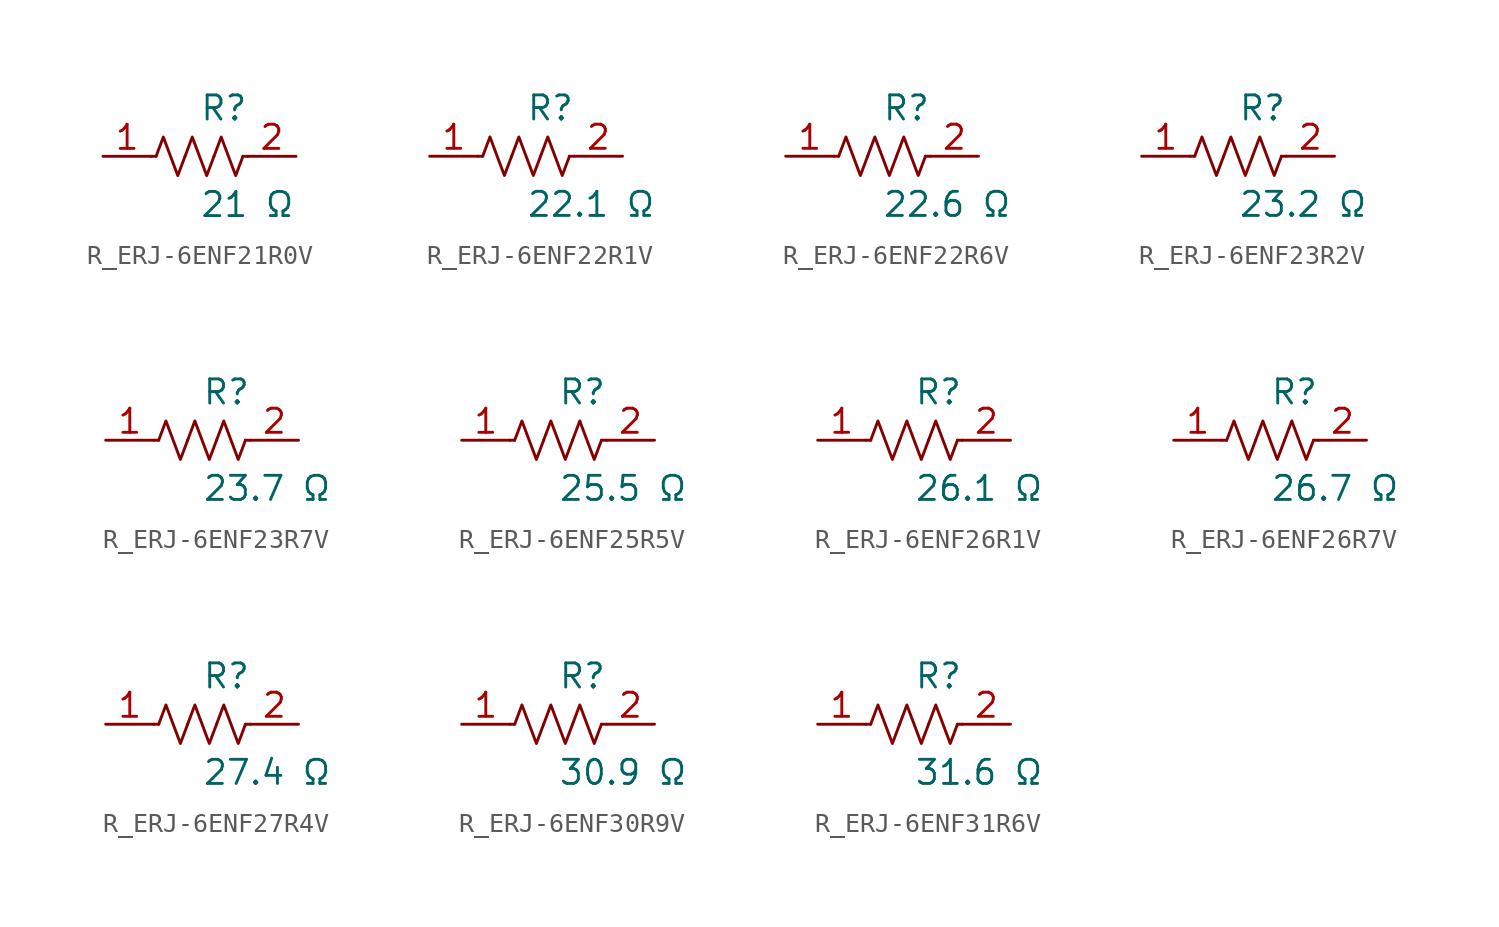
<source format=kicad_sym>
(kicad_symbol_lib
  (version 20231120)
  (generator kicad_symbol_editor)
  (generator_version 8.0)
  (symbol "R_ERJ-6ENF21R0V"
    (pin_names
      (offset 0.254))
    (property "Reference" "R"
      (at 0.0 2.54 0)
      (effects (font (size 1.27 1.27)) (justify left)))
    (property "Value" "21 Ω"
      (at 0.0 -2.54 0)
      (effects (font (size 1.27 1.27)) (justify left)))
    (symbol "R_ERJ-6ENF21R0V_0_1"
      (polyline (pts (xy 2.286 0) (xy 2.54 0)) (stroke (width 0) (type default)) (fill (type none)))
      (polyline (pts (xy -2.286 0) (xy -2.54 0)) (stroke (width 0) (type default)) (fill (type none)))
      (polyline (pts (xy 0.762 0) (xy 1.143 1.016) (xy 1.524 0) (xy 1.905 -1.016) (xy 2.286 0)) (stroke (width 0) (type default)) (fill (type none)))
      (polyline (pts (xy -0.762 0) (xy -0.381 1.016) (xy 0 0) (xy 0.381 -1.016) (xy 0.762 0)) (stroke (width 0) (type default)) (fill (type none)))
      (polyline (pts (xy -2.286 0) (xy -1.905 1.016) (xy -1.524 0) (xy -1.143 -1.016) (xy -0.762 0)) (stroke (width 0) (type default)) (fill (type none))))
    (pin unspecified line
      (at -5.08 0 0)
      (length 2.54)
      (name "" (effects (font (size 1.27 1.27))))
      (number "1" (effects (font (size 1.27 1.27)))))
    (pin unspecified line
      (at 5.08 0 180)
      (length 2.54)
      (name "" (effects (font (size 1.27 1.27))))
      (number "2" (effects (font (size 1.27 1.27))))))
  (symbol "R_ERJ-6ENF22R1V"
    (pin_names
      (offset 0.254))
    (property "Reference" "R"
      (at 0.0 2.54 0)
      (effects (font (size 1.27 1.27)) (justify left)))
    (property "Value" "22.1 Ω"
      (at 0.0 -2.54 0)
      (effects (font (size 1.27 1.27)) (justify left)))
    (symbol "R_ERJ-6ENF22R1V_0_1"
      (polyline (pts (xy 2.286 0) (xy 2.54 0)) (stroke (width 0) (type default)) (fill (type none)))
      (polyline (pts (xy -2.286 0) (xy -2.54 0)) (stroke (width 0) (type default)) (fill (type none)))
      (polyline (pts (xy 0.762 0) (xy 1.143 1.016) (xy 1.524 0) (xy 1.905 -1.016) (xy 2.286 0)) (stroke (width 0) (type default)) (fill (type none)))
      (polyline (pts (xy -0.762 0) (xy -0.381 1.016) (xy 0 0) (xy 0.381 -1.016) (xy 0.762 0)) (stroke (width 0) (type default)) (fill (type none)))
      (polyline (pts (xy -2.286 0) (xy -1.905 1.016) (xy -1.524 0) (xy -1.143 -1.016) (xy -0.762 0)) (stroke (width 0) (type default)) (fill (type none))))
    (pin unspecified line
      (at -5.08 0 0)
      (length 2.54)
      (name "" (effects (font (size 1.27 1.27))))
      (number "1" (effects (font (size 1.27 1.27)))))
    (pin unspecified line
      (at 5.08 0 180)
      (length 2.54)
      (name "" (effects (font (size 1.27 1.27))))
      (number "2" (effects (font (size 1.27 1.27))))))
  (symbol "R_ERJ-6ENF22R6V"
    (pin_names
      (offset 0.254))
    (property "Reference" "R"
      (at 0.0 2.54 0)
      (effects (font (size 1.27 1.27)) (justify left)))
    (property "Value" "22.6 Ω"
      (at 0.0 -2.54 0)
      (effects (font (size 1.27 1.27)) (justify left)))
    (symbol "R_ERJ-6ENF22R6V_0_1"
      (polyline (pts (xy 2.286 0) (xy 2.54 0)) (stroke (width 0) (type default)) (fill (type none)))
      (polyline (pts (xy -2.286 0) (xy -2.54 0)) (stroke (width 0) (type default)) (fill (type none)))
      (polyline (pts (xy 0.762 0) (xy 1.143 1.016) (xy 1.524 0) (xy 1.905 -1.016) (xy 2.286 0)) (stroke (width 0) (type default)) (fill (type none)))
      (polyline (pts (xy -0.762 0) (xy -0.381 1.016) (xy 0 0) (xy 0.381 -1.016) (xy 0.762 0)) (stroke (width 0) (type default)) (fill (type none)))
      (polyline (pts (xy -2.286 0) (xy -1.905 1.016) (xy -1.524 0) (xy -1.143 -1.016) (xy -0.762 0)) (stroke (width 0) (type default)) (fill (type none))))
    (pin unspecified line
      (at -5.08 0 0)
      (length 2.54)
      (name "" (effects (font (size 1.27 1.27))))
      (number "1" (effects (font (size 1.27 1.27)))))
    (pin unspecified line
      (at 5.08 0 180)
      (length 2.54)
      (name "" (effects (font (size 1.27 1.27))))
      (number "2" (effects (font (size 1.27 1.27))))))
  (symbol "R_ERJ-6ENF23R2V"
    (pin_names
      (offset 0.254))
    (property "Reference" "R"
      (at 0.0 2.54 0)
      (effects (font (size 1.27 1.27)) (justify left)))
    (property "Value" "23.2 Ω"
      (at 0.0 -2.54 0)
      (effects (font (size 1.27 1.27)) (justify left)))
    (symbol "R_ERJ-6ENF23R2V_0_1"
      (polyline (pts (xy 2.286 0) (xy 2.54 0)) (stroke (width 0) (type default)) (fill (type none)))
      (polyline (pts (xy -2.286 0) (xy -2.54 0)) (stroke (width 0) (type default)) (fill (type none)))
      (polyline (pts (xy 0.762 0) (xy 1.143 1.016) (xy 1.524 0) (xy 1.905 -1.016) (xy 2.286 0)) (stroke (width 0) (type default)) (fill (type none)))
      (polyline (pts (xy -0.762 0) (xy -0.381 1.016) (xy 0 0) (xy 0.381 -1.016) (xy 0.762 0)) (stroke (width 0) (type default)) (fill (type none)))
      (polyline (pts (xy -2.286 0) (xy -1.905 1.016) (xy -1.524 0) (xy -1.143 -1.016) (xy -0.762 0)) (stroke (width 0) (type default)) (fill (type none))))
    (pin unspecified line
      (at -5.08 0 0)
      (length 2.54)
      (name "" (effects (font (size 1.27 1.27))))
      (number "1" (effects (font (size 1.27 1.27)))))
    (pin unspecified line
      (at 5.08 0 180)
      (length 2.54)
      (name "" (effects (font (size 1.27 1.27))))
      (number "2" (effects (font (size 1.27 1.27))))))
  (symbol "R_ERJ-6ENF23R7V"
    (pin_names
      (offset 0.254))
    (property "Reference" "R"
      (at 0.0 2.54 0)
      (effects (font (size 1.27 1.27)) (justify left)))
    (property "Value" "23.7 Ω"
      (at 0.0 -2.54 0)
      (effects (font (size 1.27 1.27)) (justify left)))
    (symbol "R_ERJ-6ENF23R7V_0_1"
      (polyline (pts (xy 2.286 0) (xy 2.54 0)) (stroke (width 0) (type default)) (fill (type none)))
      (polyline (pts (xy -2.286 0) (xy -2.54 0)) (stroke (width 0) (type default)) (fill (type none)))
      (polyline (pts (xy 0.762 0) (xy 1.143 1.016) (xy 1.524 0) (xy 1.905 -1.016) (xy 2.286 0)) (stroke (width 0) (type default)) (fill (type none)))
      (polyline (pts (xy -0.762 0) (xy -0.381 1.016) (xy 0 0) (xy 0.381 -1.016) (xy 0.762 0)) (stroke (width 0) (type default)) (fill (type none)))
      (polyline (pts (xy -2.286 0) (xy -1.905 1.016) (xy -1.524 0) (xy -1.143 -1.016) (xy -0.762 0)) (stroke (width 0) (type default)) (fill (type none))))
    (pin unspecified line
      (at -5.08 0 0)
      (length 2.54)
      (name "" (effects (font (size 1.27 1.27))))
      (number "1" (effects (font (size 1.27 1.27)))))
    (pin unspecified line
      (at 5.08 0 180)
      (length 2.54)
      (name "" (effects (font (size 1.27 1.27))))
      (number "2" (effects (font (size 1.27 1.27))))))
  (symbol "R_ERJ-6ENF25R5V"
    (pin_names
      (offset 0.254))
    (property "Reference" "R"
      (at 0.0 2.54 0)
      (effects (font (size 1.27 1.27)) (justify left)))
    (property "Value" "25.5 Ω"
      (at 0.0 -2.54 0)
      (effects (font (size 1.27 1.27)) (justify left)))
    (symbol "R_ERJ-6ENF25R5V_0_1"
      (polyline (pts (xy 2.286 0) (xy 2.54 0)) (stroke (width 0) (type default)) (fill (type none)))
      (polyline (pts (xy -2.286 0) (xy -2.54 0)) (stroke (width 0) (type default)) (fill (type none)))
      (polyline (pts (xy 0.762 0) (xy 1.143 1.016) (xy 1.524 0) (xy 1.905 -1.016) (xy 2.286 0)) (stroke (width 0) (type default)) (fill (type none)))
      (polyline (pts (xy -0.762 0) (xy -0.381 1.016) (xy 0 0) (xy 0.381 -1.016) (xy 0.762 0)) (stroke (width 0) (type default)) (fill (type none)))
      (polyline (pts (xy -2.286 0) (xy -1.905 1.016) (xy -1.524 0) (xy -1.143 -1.016) (xy -0.762 0)) (stroke (width 0) (type default)) (fill (type none))))
    (pin unspecified line
      (at -5.08 0 0)
      (length 2.54)
      (name "" (effects (font (size 1.27 1.27))))
      (number "1" (effects (font (size 1.27 1.27)))))
    (pin unspecified line
      (at 5.08 0 180)
      (length 2.54)
      (name "" (effects (font (size 1.27 1.27))))
      (number "2" (effects (font (size 1.27 1.27))))))
  (symbol "R_ERJ-6ENF26R1V"
    (pin_names
      (offset 0.254))
    (property "Reference" "R"
      (at 0.0 2.54 0)
      (effects (font (size 1.27 1.27)) (justify left)))
    (property "Value" "26.1 Ω"
      (at 0.0 -2.54 0)
      (effects (font (size 1.27 1.27)) (justify left)))
    (symbol "R_ERJ-6ENF26R1V_0_1"
      (polyline (pts (xy 2.286 0) (xy 2.54 0)) (stroke (width 0) (type default)) (fill (type none)))
      (polyline (pts (xy -2.286 0) (xy -2.54 0)) (stroke (width 0) (type default)) (fill (type none)))
      (polyline (pts (xy 0.762 0) (xy 1.143 1.016) (xy 1.524 0) (xy 1.905 -1.016) (xy 2.286 0)) (stroke (width 0) (type default)) (fill (type none)))
      (polyline (pts (xy -0.762 0) (xy -0.381 1.016) (xy 0 0) (xy 0.381 -1.016) (xy 0.762 0)) (stroke (width 0) (type default)) (fill (type none)))
      (polyline (pts (xy -2.286 0) (xy -1.905 1.016) (xy -1.524 0) (xy -1.143 -1.016) (xy -0.762 0)) (stroke (width 0) (type default)) (fill (type none))))
    (pin unspecified line
      (at -5.08 0 0)
      (length 2.54)
      (name "" (effects (font (size 1.27 1.27))))
      (number "1" (effects (font (size 1.27 1.27)))))
    (pin unspecified line
      (at 5.08 0 180)
      (length 2.54)
      (name "" (effects (font (size 1.27 1.27))))
      (number "2" (effects (font (size 1.27 1.27))))))
  (symbol "R_ERJ-6ENF26R7V"
    (pin_names
      (offset 0.254))
    (property "Reference" "R"
      (at 0.0 2.54 0)
      (effects (font (size 1.27 1.27)) (justify left)))
    (property "Value" "26.7 Ω"
      (at 0.0 -2.54 0)
      (effects (font (size 1.27 1.27)) (justify left)))
    (symbol "R_ERJ-6ENF26R7V_0_1"
      (polyline (pts (xy 2.286 0) (xy 2.54 0)) (stroke (width 0) (type default)) (fill (type none)))
      (polyline (pts (xy -2.286 0) (xy -2.54 0)) (stroke (width 0) (type default)) (fill (type none)))
      (polyline (pts (xy 0.762 0) (xy 1.143 1.016) (xy 1.524 0) (xy 1.905 -1.016) (xy 2.286 0)) (stroke (width 0) (type default)) (fill (type none)))
      (polyline (pts (xy -0.762 0) (xy -0.381 1.016) (xy 0 0) (xy 0.381 -1.016) (xy 0.762 0)) (stroke (width 0) (type default)) (fill (type none)))
      (polyline (pts (xy -2.286 0) (xy -1.905 1.016) (xy -1.524 0) (xy -1.143 -1.016) (xy -0.762 0)) (stroke (width 0) (type default)) (fill (type none))))
    (pin unspecified line
      (at -5.08 0 0)
      (length 2.54)
      (name "" (effects (font (size 1.27 1.27))))
      (number "1" (effects (font (size 1.27 1.27)))))
    (pin unspecified line
      (at 5.08 0 180)
      (length 2.54)
      (name "" (effects (font (size 1.27 1.27))))
      (number "2" (effects (font (size 1.27 1.27))))))
  (symbol "R_ERJ-6ENF27R4V"
    (pin_names
      (offset 0.254))
    (property "Reference" "R"
      (at 0.0 2.54 0)
      (effects (font (size 1.27 1.27)) (justify left)))
    (property "Value" "27.4 Ω"
      (at 0.0 -2.54 0)
      (effects (font (size 1.27 1.27)) (justify left)))
    (symbol "R_ERJ-6ENF27R4V_0_1"
      (polyline (pts (xy 2.286 0) (xy 2.54 0)) (stroke (width 0) (type default)) (fill (type none)))
      (polyline (pts (xy -2.286 0) (xy -2.54 0)) (stroke (width 0) (type default)) (fill (type none)))
      (polyline (pts (xy 0.762 0) (xy 1.143 1.016) (xy 1.524 0) (xy 1.905 -1.016) (xy 2.286 0)) (stroke (width 0) (type default)) (fill (type none)))
      (polyline (pts (xy -0.762 0) (xy -0.381 1.016) (xy 0 0) (xy 0.381 -1.016) (xy 0.762 0)) (stroke (width 0) (type default)) (fill (type none)))
      (polyline (pts (xy -2.286 0) (xy -1.905 1.016) (xy -1.524 0) (xy -1.143 -1.016) (xy -0.762 0)) (stroke (width 0) (type default)) (fill (type none))))
    (pin unspecified line
      (at -5.08 0 0)
      (length 2.54)
      (name "" (effects (font (size 1.27 1.27))))
      (number "1" (effects (font (size 1.27 1.27)))))
    (pin unspecified line
      (at 5.08 0 180)
      (length 2.54)
      (name "" (effects (font (size 1.27 1.27))))
      (number "2" (effects (font (size 1.27 1.27))))))
  (symbol "R_ERJ-6ENF30R9V"
    (pin_names
      (offset 0.254))
    (property "Reference" "R"
      (at 0.0 2.54 0)
      (effects (font (size 1.27 1.27)) (justify left)))
    (property "Value" "30.9 Ω"
      (at 0.0 -2.54 0)
      (effects (font (size 1.27 1.27)) (justify left)))
    (symbol "R_ERJ-6ENF30R9V_0_1"
      (polyline (pts (xy 2.286 0) (xy 2.54 0)) (stroke (width 0) (type default)) (fill (type none)))
      (polyline (pts (xy -2.286 0) (xy -2.54 0)) (stroke (width 0) (type default)) (fill (type none)))
      (polyline (pts (xy 0.762 0) (xy 1.143 1.016) (xy 1.524 0) (xy 1.905 -1.016) (xy 2.286 0)) (stroke (width 0) (type default)) (fill (type none)))
      (polyline (pts (xy -0.762 0) (xy -0.381 1.016) (xy 0 0) (xy 0.381 -1.016) (xy 0.762 0)) (stroke (width 0) (type default)) (fill (type none)))
      (polyline (pts (xy -2.286 0) (xy -1.905 1.016) (xy -1.524 0) (xy -1.143 -1.016) (xy -0.762 0)) (stroke (width 0) (type default)) (fill (type none))))
    (pin unspecified line
      (at -5.08 0 0)
      (length 2.54)
      (name "" (effects (font (size 1.27 1.27))))
      (number "1" (effects (font (size 1.27 1.27)))))
    (pin unspecified line
      (at 5.08 0 180)
      (length 2.54)
      (name "" (effects (font (size 1.27 1.27))))
      (number "2" (effects (font (size 1.27 1.27))))))
  (symbol "R_ERJ-6ENF31R6V"
    (pin_names
      (offset 0.254))
    (property "Reference" "R"
      (at 0.0 2.54 0)
      (effects (font (size 1.27 1.27)) (justify left)))
    (property "Value" "31.6 Ω"
      (at 0.0 -2.54 0)
      (effects (font (size 1.27 1.27)) (justify left)))
    (symbol "R_ERJ-6ENF31R6V_0_1"
      (polyline (pts (xy 2.286 0) (xy 2.54 0)) (stroke (width 0) (type default)) (fill (type none)))
      (polyline (pts (xy -2.286 0) (xy -2.54 0)) (stroke (width 0) (type default)) (fill (type none)))
      (polyline (pts (xy 0.762 0) (xy 1.143 1.016) (xy 1.524 0) (xy 1.905 -1.016) (xy 2.286 0)) (stroke (width 0) (type default)) (fill (type none)))
      (polyline (pts (xy -0.762 0) (xy -0.381 1.016) (xy 0 0) (xy 0.381 -1.016) (xy 0.762 0)) (stroke (width 0) (type default)) (fill (type none)))
      (polyline (pts (xy -2.286 0) (xy -1.905 1.016) (xy -1.524 0) (xy -1.143 -1.016) (xy -0.762 0)) (stroke (width 0) (type default)) (fill (type none))))
    (pin unspecified line
      (at -5.08 0 0)
      (length 2.54)
      (name "" (effects (font (size 1.27 1.27))))
      (number "1" (effects (font (size 1.27 1.27)))))
    (pin unspecified line
      (at 5.08 0 180)
      (length 2.54)
      (name "" (effects (font (size 1.27 1.27))))
      (number "2" (effects (font (size 1.27 1.27)))))))
</source>
